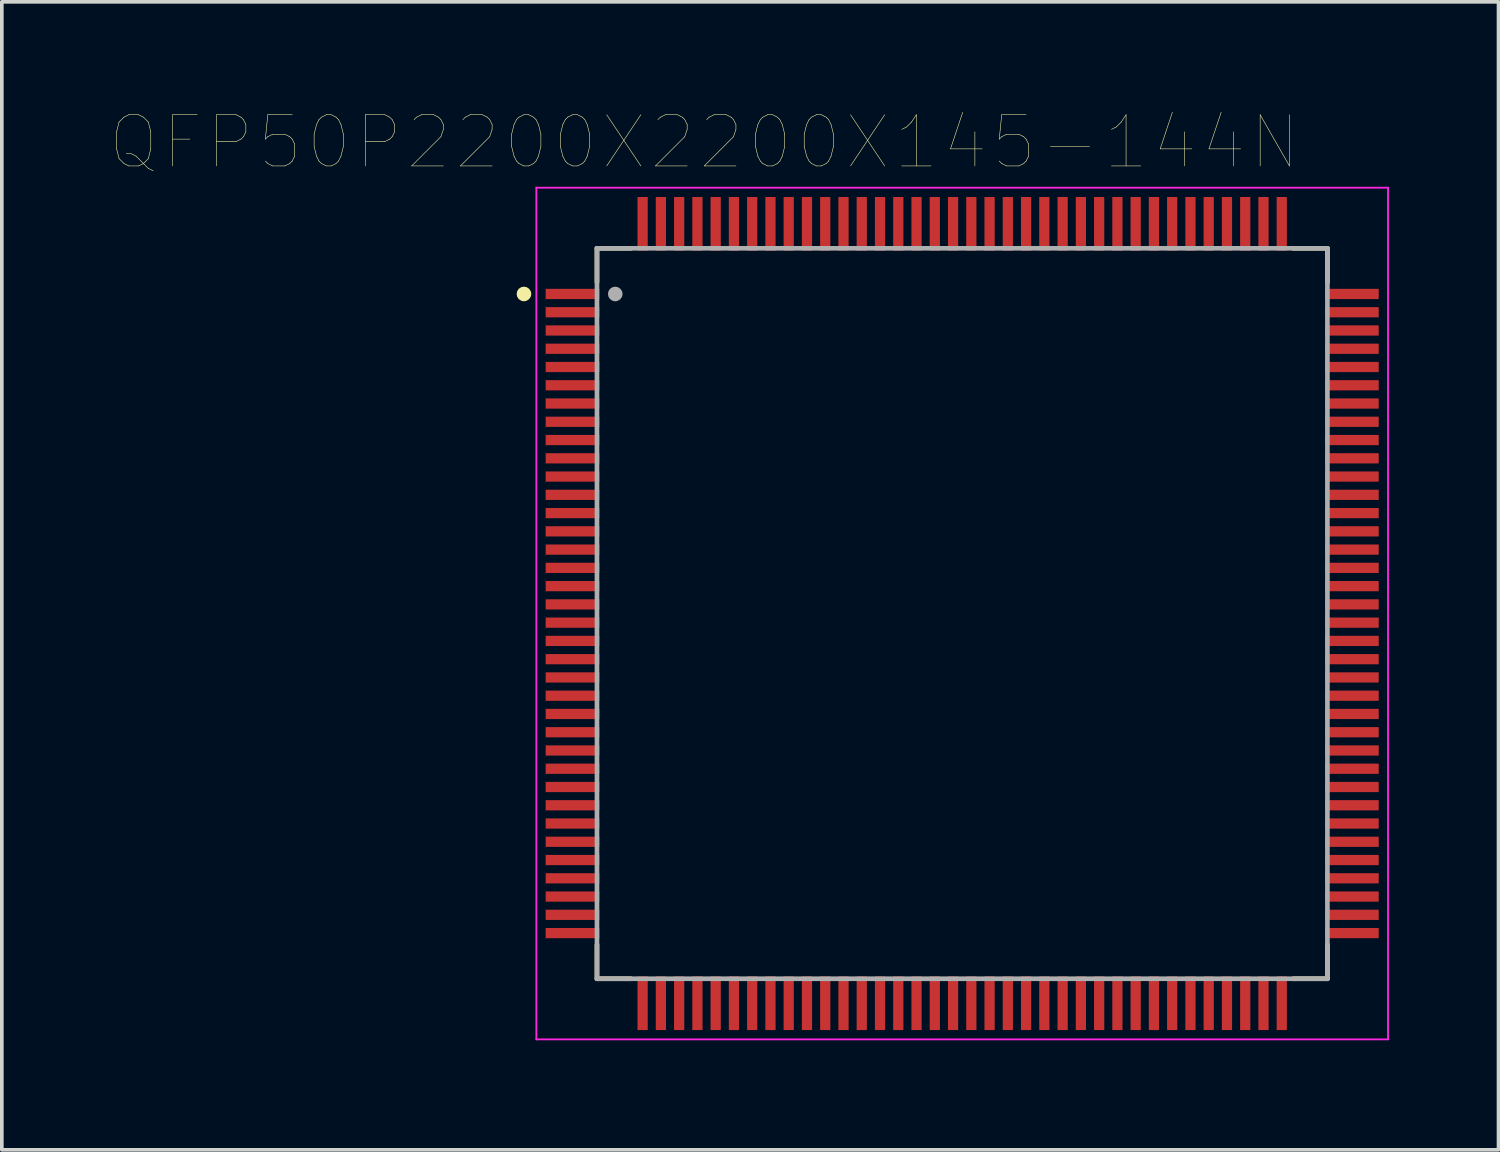
<source format=kicad_pcb>
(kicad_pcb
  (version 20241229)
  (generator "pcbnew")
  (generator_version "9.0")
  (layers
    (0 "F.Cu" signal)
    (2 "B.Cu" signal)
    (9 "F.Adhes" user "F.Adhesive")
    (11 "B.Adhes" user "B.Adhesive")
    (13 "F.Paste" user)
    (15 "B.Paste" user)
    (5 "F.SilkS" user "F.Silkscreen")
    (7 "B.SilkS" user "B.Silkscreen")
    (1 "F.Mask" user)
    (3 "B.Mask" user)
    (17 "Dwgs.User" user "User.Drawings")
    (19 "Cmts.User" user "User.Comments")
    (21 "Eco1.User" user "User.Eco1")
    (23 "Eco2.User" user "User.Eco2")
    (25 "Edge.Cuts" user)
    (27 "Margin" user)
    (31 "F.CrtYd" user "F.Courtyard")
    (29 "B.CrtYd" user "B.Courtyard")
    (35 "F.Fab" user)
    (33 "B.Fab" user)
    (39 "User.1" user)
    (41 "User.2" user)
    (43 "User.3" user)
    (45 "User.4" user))
  (footprint "QFP50P2200X2200X145-144N"
    (layer "F.Cu")
    (at 23.296 13.749)
    (property "Reference" "QFP50P2200X2200X145-144N" (at -7.063 -12.903 0) (layer "F.SilkS") (effects (font (size 1.402 1.402) (thickness 0.015))))
    (attr through_hole)
    (fp_line (start -10 -10) (end -9.07 -10) (stroke (width 0.127) (type solid)) (layer "F.SilkS"))
    (fp_line (start -10 -9.07) (end -10 -10) (stroke (width 0.127) (type solid)) (layer "F.SilkS"))
    (fp_line (start -10 9.07) (end -10 10) (stroke (width 0.127) (type solid)) (layer "F.SilkS"))
    (fp_line (start -10 10) (end -9.07 10) (stroke (width 0.127) (type solid)) (layer "F.SilkS"))
    (fp_line (start 9.07 -10) (end 10 -10) (stroke (width 0.127) (type solid)) (layer "F.SilkS"))
    (fp_line (start 9.07 10) (end 10 10) (stroke (width 0.127) (type solid)) (layer "F.SilkS"))
    (fp_line (start 10 -10) (end 10 -9.07) (stroke (width 0.127) (type solid)) (layer "F.SilkS"))
    (fp_line (start 10 10) (end 10 9.07) (stroke (width 0.127) (type solid)) (layer "F.SilkS"))
    (fp_circle (center -12 -8.75) (end -11.9 -8.75) (stroke (width 0.2) (type solid)) (fill no) (layer "F.SilkS"))
    (fp_line (start -11.66 -11.66) (end 11.66 -11.66) (stroke (width 0.05) (type solid)) (layer "F.CrtYd"))
    (fp_line (start -11.66 11.66) (end -11.66 -11.66) (stroke (width 0.05) (type solid)) (layer "F.CrtYd"))
    (fp_line (start 11.66 -11.66) (end 11.66 11.66) (stroke (width 0.05) (type solid)) (layer "F.CrtYd"))
    (fp_line (start 11.66 11.66) (end -11.66 11.66) (stroke (width 0.05) (type solid)) (layer "F.CrtYd"))
    (fp_line (start -10 -10) (end 10 -10) (stroke (width 0.127) (type solid)) (layer "F.Fab"))
    (fp_line (start -10 10) (end -10 -10) (stroke (width 0.127) (type solid)) (layer "F.Fab"))
    (fp_line (start 10 -10) (end 10 10) (stroke (width 0.127) (type solid)) (layer "F.Fab"))
    (fp_line (start 10 10) (end -10 10) (stroke (width 0.127) (type solid)) (layer "F.Fab"))
    (fp_circle (center -9.5 -8.75) (end -9.4 -8.75) (stroke (width 0.2) (type solid)) (fill no) (layer "F.Fab"))
    (pad "1" smd rect (at -10.67 -8.75) (size 1.47 0.28) (layers "F.Cu" "F.Mask" "F.Paste"))
    (pad "2" smd rect (at -10.67 -8.25) (size 1.47 0.28) (layers "F.Cu" "F.Mask" "F.Paste"))
    (pad "3" smd rect (at -10.67 -7.75) (size 1.47 0.28) (layers "F.Cu" "F.Mask" "F.Paste"))
    (pad "4" smd rect (at -10.67 -7.25) (size 1.47 0.28) (layers "F.Cu" "F.Mask" "F.Paste"))
    (pad "5" smd rect (at -10.67 -6.75) (size 1.47 0.28) (layers "F.Cu" "F.Mask" "F.Paste"))
    (pad "6" smd rect (at -10.67 -6.25) (size 1.47 0.28) (layers "F.Cu" "F.Mask" "F.Paste"))
    (pad "7" smd rect (at -10.67 -5.75) (size 1.47 0.28) (layers "F.Cu" "F.Mask" "F.Paste"))
    (pad "8" smd rect (at -10.67 -5.25) (size 1.47 0.28) (layers "F.Cu" "F.Mask" "F.Paste"))
    (pad "9" smd rect (at -10.67 -4.75) (size 1.47 0.28) (layers "F.Cu" "F.Mask" "F.Paste"))
    (pad "10" smd rect (at -10.67 -4.25) (size 1.47 0.28) (layers "F.Cu" "F.Mask" "F.Paste"))
    (pad "11" smd rect (at -10.67 -3.75) (size 1.47 0.28) (layers "F.Cu" "F.Mask" "F.Paste"))
    (pad "12" smd rect (at -10.67 -3.25) (size 1.47 0.28) (layers "F.Cu" "F.Mask" "F.Paste"))
    (pad "13" smd rect (at -10.67 -2.75) (size 1.47 0.28) (layers "F.Cu" "F.Mask" "F.Paste"))
    (pad "14" smd rect (at -10.67 -2.25) (size 1.47 0.28) (layers "F.Cu" "F.Mask" "F.Paste"))
    (pad "15" smd rect (at -10.67 -1.75) (size 1.47 0.28) (layers "F.Cu" "F.Mask" "F.Paste"))
    (pad "16" smd rect (at -10.67 -1.25) (size 1.47 0.28) (layers "F.Cu" "F.Mask" "F.Paste"))
    (pad "17" smd rect (at -10.67 -0.75) (size 1.47 0.28) (layers "F.Cu" "F.Mask" "F.Paste"))
    (pad "18" smd rect (at -10.67 -0.25) (size 1.47 0.28) (layers "F.Cu" "F.Mask" "F.Paste"))
    (pad "19" smd rect (at -10.67 0.25) (size 1.47 0.28) (layers "F.Cu" "F.Mask" "F.Paste"))
    (pad "20" smd rect (at -10.67 0.75) (size 1.47 0.28) (layers "F.Cu" "F.Mask" "F.Paste"))
    (pad "21" smd rect (at -10.67 1.25) (size 1.47 0.28) (layers "F.Cu" "F.Mask" "F.Paste"))
    (pad "22" smd rect (at -10.67 1.75) (size 1.47 0.28) (layers "F.Cu" "F.Mask" "F.Paste"))
    (pad "23" smd rect (at -10.67 2.25) (size 1.47 0.28) (layers "F.Cu" "F.Mask" "F.Paste"))
    (pad "24" smd rect (at -10.67 2.75) (size 1.47 0.28) (layers "F.Cu" "F.Mask" "F.Paste"))
    (pad "25" smd rect (at -10.67 3.25) (size 1.47 0.28) (layers "F.Cu" "F.Mask" "F.Paste"))
    (pad "26" smd rect (at -10.67 3.75) (size 1.47 0.28) (layers "F.Cu" "F.Mask" "F.Paste"))
    (pad "27" smd rect (at -10.67 4.25) (size 1.47 0.28) (layers "F.Cu" "F.Mask" "F.Paste"))
    (pad "28" smd rect (at -10.67 4.75) (size 1.47 0.28) (layers "F.Cu" "F.Mask" "F.Paste"))
    (pad "29" smd rect (at -10.67 5.25) (size 1.47 0.28) (layers "F.Cu" "F.Mask" "F.Paste"))
    (pad "30" smd rect (at -10.67 5.75) (size 1.47 0.28) (layers "F.Cu" "F.Mask" "F.Paste"))
    (pad "31" smd rect (at -10.67 6.25) (size 1.47 0.28) (layers "F.Cu" "F.Mask" "F.Paste"))
    (pad "32" smd rect (at -10.67 6.75) (size 1.47 0.28) (layers "F.Cu" "F.Mask" "F.Paste"))
    (pad "33" smd rect (at -10.67 7.25) (size 1.47 0.28) (layers "F.Cu" "F.Mask" "F.Paste"))
    (pad "34" smd rect (at -10.67 7.75) (size 1.47 0.28) (layers "F.Cu" "F.Mask" "F.Paste"))
    (pad "35" smd rect (at -10.67 8.25) (size 1.47 0.28) (layers "F.Cu" "F.Mask" "F.Paste"))
    (pad "36" smd rect (at -10.67 8.75) (size 1.47 0.28) (layers "F.Cu" "F.Mask" "F.Paste"))
    (pad "37" smd rect (at -8.75 10.67) (size 0.28 1.47) (layers "F.Cu" "F.Mask" "F.Paste"))
    (pad "38" smd rect (at -8.25 10.67) (size 0.28 1.47) (layers "F.Cu" "F.Mask" "F.Paste"))
    (pad "39" smd rect (at -7.75 10.67) (size 0.28 1.47) (layers "F.Cu" "F.Mask" "F.Paste"))
    (pad "40" smd rect (at -7.25 10.67) (size 0.28 1.47) (layers "F.Cu" "F.Mask" "F.Paste"))
    (pad "41" smd rect (at -6.75 10.67) (size 0.28 1.47) (layers "F.Cu" "F.Mask" "F.Paste"))
    (pad "42" smd rect (at -6.25 10.67) (size 0.28 1.47) (layers "F.Cu" "F.Mask" "F.Paste"))
    (pad "43" smd rect (at -5.75 10.67) (size 0.28 1.47) (layers "F.Cu" "F.Mask" "F.Paste"))
    (pad "44" smd rect (at -5.25 10.67) (size 0.28 1.47) (layers "F.Cu" "F.Mask" "F.Paste"))
    (pad "45" smd rect (at -4.75 10.67) (size 0.28 1.47) (layers "F.Cu" "F.Mask" "F.Paste"))
    (pad "46" smd rect (at -4.25 10.67) (size 0.28 1.47) (layers "F.Cu" "F.Mask" "F.Paste"))
    (pad "47" smd rect (at -3.75 10.67) (size 0.28 1.47) (layers "F.Cu" "F.Mask" "F.Paste"))
    (pad "48" smd rect (at -3.25 10.67) (size 0.28 1.47) (layers "F.Cu" "F.Mask" "F.Paste"))
    (pad "49" smd rect (at -2.75 10.67) (size 0.28 1.47) (layers "F.Cu" "F.Mask" "F.Paste"))
    (pad "50" smd rect (at -2.25 10.67) (size 0.28 1.47) (layers "F.Cu" "F.Mask" "F.Paste"))
    (pad "51" smd rect (at -1.75 10.67) (size 0.28 1.47) (layers "F.Cu" "F.Mask" "F.Paste"))
    (pad "52" smd rect (at -1.25 10.67) (size 0.28 1.47) (layers "F.Cu" "F.Mask" "F.Paste"))
    (pad "53" smd rect (at -0.75 10.67) (size 0.28 1.47) (layers "F.Cu" "F.Mask" "F.Paste"))
    (pad "54" smd rect (at -0.25 10.67) (size 0.28 1.47) (layers "F.Cu" "F.Mask" "F.Paste"))
    (pad "55" smd rect (at 0.25 10.67) (size 0.28 1.47) (layers "F.Cu" "F.Mask" "F.Paste"))
    (pad "56" smd rect (at 0.75 10.67) (size 0.28 1.47) (layers "F.Cu" "F.Mask" "F.Paste"))
    (pad "57" smd rect (at 1.25 10.67) (size 0.28 1.47) (layers "F.Cu" "F.Mask" "F.Paste"))
    (pad "58" smd rect (at 1.75 10.67) (size 0.28 1.47) (layers "F.Cu" "F.Mask" "F.Paste"))
    (pad "59" smd rect (at 2.25 10.67) (size 0.28 1.47) (layers "F.Cu" "F.Mask" "F.Paste"))
    (pad "60" smd rect (at 2.75 10.67) (size 0.28 1.47) (layers "F.Cu" "F.Mask" "F.Paste"))
    (pad "61" smd rect (at 3.25 10.67) (size 0.28 1.47) (layers "F.Cu" "F.Mask" "F.Paste"))
    (pad "62" smd rect (at 3.75 10.67) (size 0.28 1.47) (layers "F.Cu" "F.Mask" "F.Paste"))
    (pad "63" smd rect (at 4.25 10.67) (size 0.28 1.47) (layers "F.Cu" "F.Mask" "F.Paste"))
    (pad "64" smd rect (at 4.75 10.67) (size 0.28 1.47) (layers "F.Cu" "F.Mask" "F.Paste"))
    (pad "65" smd rect (at 5.25 10.67) (size 0.28 1.47) (layers "F.Cu" "F.Mask" "F.Paste"))
    (pad "66" smd rect (at 5.75 10.67) (size 0.28 1.47) (layers "F.Cu" "F.Mask" "F.Paste"))
    (pad "67" smd rect (at 6.25 10.67) (size 0.28 1.47) (layers "F.Cu" "F.Mask" "F.Paste"))
    (pad "68" smd rect (at 6.75 10.67) (size 0.28 1.47) (layers "F.Cu" "F.Mask" "F.Paste"))
    (pad "69" smd rect (at 7.25 10.67) (size 0.28 1.47) (layers "F.Cu" "F.Mask" "F.Paste"))
    (pad "70" smd rect (at 7.75 10.67) (size 0.28 1.47) (layers "F.Cu" "F.Mask" "F.Paste"))
    (pad "71" smd rect (at 8.25 10.67) (size 0.28 1.47) (layers "F.Cu" "F.Mask" "F.Paste"))
    (pad "72" smd rect (at 8.75 10.67) (size 0.28 1.47) (layers "F.Cu" "F.Mask" "F.Paste"))
    (pad "73" smd rect (at 10.67 8.75) (size 1.47 0.28) (layers "F.Cu" "F.Mask" "F.Paste"))
    (pad "74" smd rect (at 10.67 8.25) (size 1.47 0.28) (layers "F.Cu" "F.Mask" "F.Paste"))
    (pad "75" smd rect (at 10.67 7.75) (size 1.47 0.28) (layers "F.Cu" "F.Mask" "F.Paste"))
    (pad "76" smd rect (at 10.67 7.25) (size 1.47 0.28) (layers "F.Cu" "F.Mask" "F.Paste"))
    (pad "77" smd rect (at 10.67 6.75) (size 1.47 0.28) (layers "F.Cu" "F.Mask" "F.Paste"))
    (pad "78" smd rect (at 10.67 6.25) (size 1.47 0.28) (layers "F.Cu" "F.Mask" "F.Paste"))
    (pad "79" smd rect (at 10.67 5.75) (size 1.47 0.28) (layers "F.Cu" "F.Mask" "F.Paste"))
    (pad "80" smd rect (at 10.67 5.25) (size 1.47 0.28) (layers "F.Cu" "F.Mask" "F.Paste"))
    (pad "81" smd rect (at 10.67 4.75) (size 1.47 0.28) (layers "F.Cu" "F.Mask" "F.Paste"))
    (pad "82" smd rect (at 10.67 4.25) (size 1.47 0.28) (layers "F.Cu" "F.Mask" "F.Paste"))
    (pad "83" smd rect (at 10.67 3.75) (size 1.47 0.28) (layers "F.Cu" "F.Mask" "F.Paste"))
    (pad "84" smd rect (at 10.67 3.25) (size 1.47 0.28) (layers "F.Cu" "F.Mask" "F.Paste"))
    (pad "85" smd rect (at 10.67 2.75) (size 1.47 0.28) (layers "F.Cu" "F.Mask" "F.Paste"))
    (pad "86" smd rect (at 10.67 2.25) (size 1.47 0.28) (layers "F.Cu" "F.Mask" "F.Paste"))
    (pad "87" smd rect (at 10.67 1.75) (size 1.47 0.28) (layers "F.Cu" "F.Mask" "F.Paste"))
    (pad "88" smd rect (at 10.67 1.25) (size 1.47 0.28) (layers "F.Cu" "F.Mask" "F.Paste"))
    (pad "89" smd rect (at 10.67 0.75) (size 1.47 0.28) (layers "F.Cu" "F.Mask" "F.Paste"))
    (pad "90" smd rect (at 10.67 0.25) (size 1.47 0.28) (layers "F.Cu" "F.Mask" "F.Paste"))
    (pad "91" smd rect (at 10.67 -0.25) (size 1.47 0.28) (layers "F.Cu" "F.Mask" "F.Paste"))
    (pad "92" smd rect (at 10.67 -0.75) (size 1.47 0.28) (layers "F.Cu" "F.Mask" "F.Paste"))
    (pad "93" smd rect (at 10.67 -1.25) (size 1.47 0.28) (layers "F.Cu" "F.Mask" "F.Paste"))
    (pad "94" smd rect (at 10.67 -1.75) (size 1.47 0.28) (layers "F.Cu" "F.Mask" "F.Paste"))
    (pad "95" smd rect (at 10.67 -2.25) (size 1.47 0.28) (layers "F.Cu" "F.Mask" "F.Paste"))
    (pad "96" smd rect (at 10.67 -2.75) (size 1.47 0.28) (layers "F.Cu" "F.Mask" "F.Paste"))
    (pad "97" smd rect (at 10.67 -3.25) (size 1.47 0.28) (layers "F.Cu" "F.Mask" "F.Paste"))
    (pad "98" smd rect (at 10.67 -3.75) (size 1.47 0.28) (layers "F.Cu" "F.Mask" "F.Paste"))
    (pad "99" smd rect (at 10.67 -4.25) (size 1.47 0.28) (layers "F.Cu" "F.Mask" "F.Paste"))
    (pad "100" smd rect (at 10.67 -4.75) (size 1.47 0.28) (layers "F.Cu" "F.Mask" "F.Paste"))
    (pad "101" smd rect (at 10.67 -5.25) (size 1.47 0.28) (layers "F.Cu" "F.Mask" "F.Paste"))
    (pad "102" smd rect (at 10.67 -5.75) (size 1.47 0.28) (layers "F.Cu" "F.Mask" "F.Paste"))
    (pad "103" smd rect (at 10.67 -6.25) (size 1.47 0.28) (layers "F.Cu" "F.Mask" "F.Paste"))
    (pad "104" smd rect (at 10.67 -6.75) (size 1.47 0.28) (layers "F.Cu" "F.Mask" "F.Paste"))
    (pad "105" smd rect (at 10.67 -7.25) (size 1.47 0.28) (layers "F.Cu" "F.Mask" "F.Paste"))
    (pad "106" smd rect (at 10.67 -7.75) (size 1.47 0.28) (layers "F.Cu" "F.Mask" "F.Paste"))
    (pad "107" smd rect (at 10.67 -8.25) (size 1.47 0.28) (layers "F.Cu" "F.Mask" "F.Paste"))
    (pad "108" smd rect (at 10.67 -8.75) (size 1.47 0.28) (layers "F.Cu" "F.Mask" "F.Paste"))
    (pad "109" smd rect (at 8.75 -10.67) (size 0.28 1.47) (layers "F.Cu" "F.Mask" "F.Paste"))
    (pad "110" smd rect (at 8.25 -10.67) (size 0.28 1.47) (layers "F.Cu" "F.Mask" "F.Paste"))
    (pad "111" smd rect (at 7.75 -10.67) (size 0.28 1.47) (layers "F.Cu" "F.Mask" "F.Paste"))
    (pad "112" smd rect (at 7.25 -10.67) (size 0.28 1.47) (layers "F.Cu" "F.Mask" "F.Paste"))
    (pad "113" smd rect (at 6.75 -10.67) (size 0.28 1.47) (layers "F.Cu" "F.Mask" "F.Paste"))
    (pad "114" smd rect (at 6.25 -10.67) (size 0.28 1.47) (layers "F.Cu" "F.Mask" "F.Paste"))
    (pad "115" smd rect (at 5.75 -10.67) (size 0.28 1.47) (layers "F.Cu" "F.Mask" "F.Paste"))
    (pad "116" smd rect (at 5.25 -10.67) (size 0.28 1.47) (layers "F.Cu" "F.Mask" "F.Paste"))
    (pad "117" smd rect (at 4.75 -10.67) (size 0.28 1.47) (layers "F.Cu" "F.Mask" "F.Paste"))
    (pad "118" smd rect (at 4.25 -10.67) (size 0.28 1.47) (layers "F.Cu" "F.Mask" "F.Paste"))
    (pad "119" smd rect (at 3.75 -10.67) (size 0.28 1.47) (layers "F.Cu" "F.Mask" "F.Paste"))
    (pad "120" smd rect (at 3.25 -10.67) (size 0.28 1.47) (layers "F.Cu" "F.Mask" "F.Paste"))
    (pad "121" smd rect (at 2.75 -10.67) (size 0.28 1.47) (layers "F.Cu" "F.Mask" "F.Paste"))
    (pad "122" smd rect (at 2.25 -10.67) (size 0.28 1.47) (layers "F.Cu" "F.Mask" "F.Paste"))
    (pad "123" smd rect (at 1.75 -10.67) (size 0.28 1.47) (layers "F.Cu" "F.Mask" "F.Paste"))
    (pad "124" smd rect (at 1.25 -10.67) (size 0.28 1.47) (layers "F.Cu" "F.Mask" "F.Paste"))
    (pad "125" smd rect (at 0.75 -10.67) (size 0.28 1.47) (layers "F.Cu" "F.Mask" "F.Paste"))
    (pad "126" smd rect (at 0.25 -10.67) (size 0.28 1.47) (layers "F.Cu" "F.Mask" "F.Paste"))
    (pad "127" smd rect (at -0.25 -10.67) (size 0.28 1.47) (layers "F.Cu" "F.Mask" "F.Paste"))
    (pad "128" smd rect (at -0.75 -10.67) (size 0.28 1.47) (layers "F.Cu" "F.Mask" "F.Paste"))
    (pad "129" smd rect (at -1.25 -10.67) (size 0.28 1.47) (layers "F.Cu" "F.Mask" "F.Paste"))
    (pad "130" smd rect (at -1.75 -10.67) (size 0.28 1.47) (layers "F.Cu" "F.Mask" "F.Paste"))
    (pad "131" smd rect (at -2.25 -10.67) (size 0.28 1.47) (layers "F.Cu" "F.Mask" "F.Paste"))
    (pad "132" smd rect (at -2.75 -10.67) (size 0.28 1.47) (layers "F.Cu" "F.Mask" "F.Paste"))
    (pad "133" smd rect (at -3.25 -10.67) (size 0.28 1.47) (layers "F.Cu" "F.Mask" "F.Paste"))
    (pad "134" smd rect (at -3.75 -10.67) (size 0.28 1.47) (layers "F.Cu" "F.Mask" "F.Paste"))
    (pad "135" smd rect (at -4.25 -10.67) (size 0.28 1.47) (layers "F.Cu" "F.Mask" "F.Paste"))
    (pad "136" smd rect (at -4.75 -10.67) (size 0.28 1.47) (layers "F.Cu" "F.Mask" "F.Paste"))
    (pad "137" smd rect (at -5.25 -10.67) (size 0.28 1.47) (layers "F.Cu" "F.Mask" "F.Paste"))
    (pad "138" smd rect (at -5.75 -10.67) (size 0.28 1.47) (layers "F.Cu" "F.Mask" "F.Paste"))
    (pad "139" smd rect (at -6.25 -10.67) (size 0.28 1.47) (layers "F.Cu" "F.Mask" "F.Paste"))
    (pad "140" smd rect (at -6.75 -10.67) (size 0.28 1.47) (layers "F.Cu" "F.Mask" "F.Paste"))
    (pad "141" smd rect (at -7.25 -10.67) (size 0.28 1.47) (layers "F.Cu" "F.Mask" "F.Paste"))
    (pad "142" smd rect (at -7.75 -10.67) (size 0.28 1.47) (layers "F.Cu" "F.Mask" "F.Paste"))
    (pad "143" smd rect (at -8.25 -10.67) (size 0.28 1.47) (layers "F.Cu" "F.Mask" "F.Paste"))
    (pad "144" smd rect (at -8.75 -10.67) (size 0.28 1.47) (layers "F.Cu" "F.Mask" "F.Paste")))
  (gr_rect
    (start -3 -3)
    (end 37.981 28.434)
    (stroke (width 0.1) (type default))
    (fill no)
    (layer "Edge.Cuts")))
</source>
